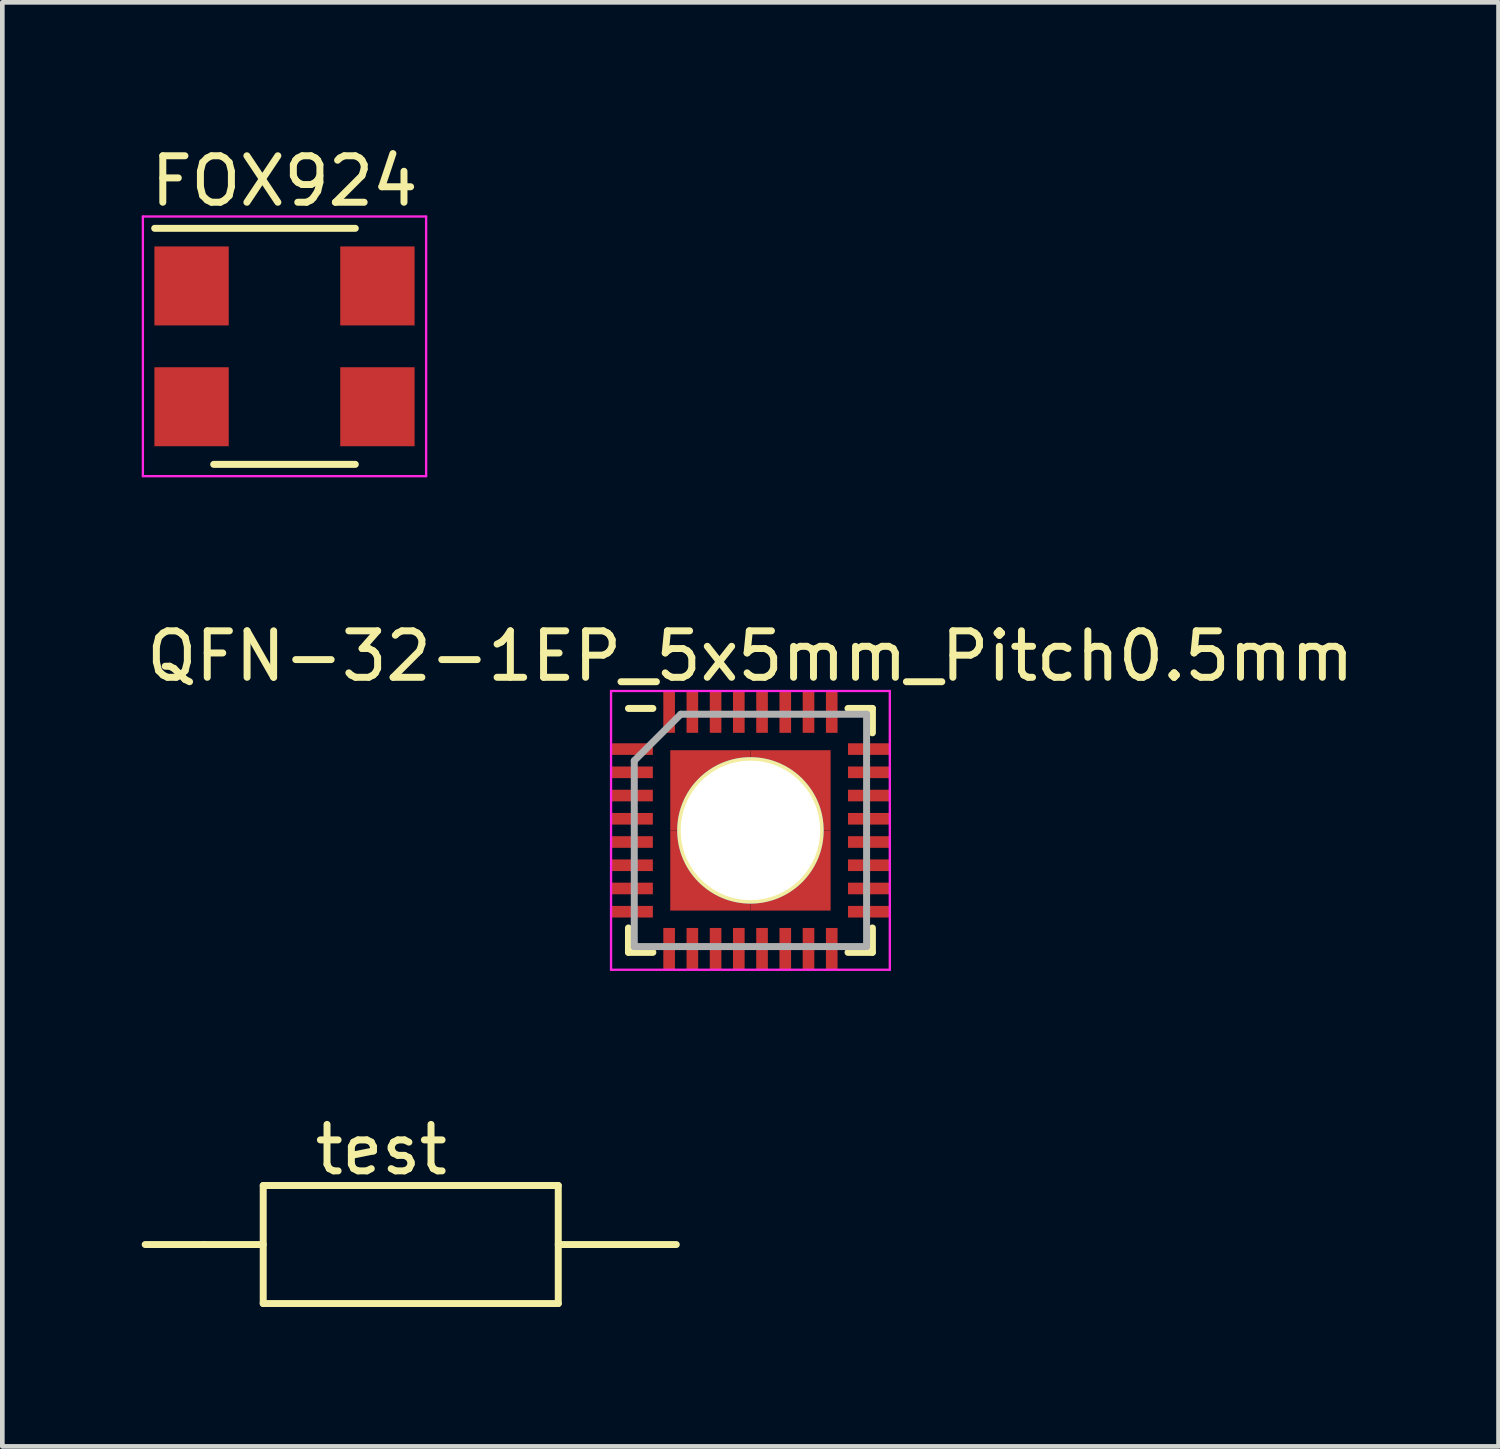
<source format=kicad_pcb>
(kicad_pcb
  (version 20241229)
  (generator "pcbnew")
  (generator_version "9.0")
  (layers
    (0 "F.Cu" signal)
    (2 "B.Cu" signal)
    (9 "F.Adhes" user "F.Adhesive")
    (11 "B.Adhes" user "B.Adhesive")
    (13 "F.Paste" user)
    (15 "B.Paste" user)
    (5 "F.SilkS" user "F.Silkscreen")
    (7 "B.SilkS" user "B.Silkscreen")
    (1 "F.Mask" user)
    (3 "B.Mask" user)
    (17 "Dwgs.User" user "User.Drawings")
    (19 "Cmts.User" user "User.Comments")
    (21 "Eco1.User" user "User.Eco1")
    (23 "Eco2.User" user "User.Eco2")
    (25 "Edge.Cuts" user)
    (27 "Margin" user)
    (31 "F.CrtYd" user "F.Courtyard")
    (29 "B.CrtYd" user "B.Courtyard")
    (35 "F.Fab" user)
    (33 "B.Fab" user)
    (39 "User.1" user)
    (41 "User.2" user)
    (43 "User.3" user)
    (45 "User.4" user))
  (footprint "QFN-32-1EP_5x5mm_Pitch0.5mm"
    (layer "F.Cu")
    (at 13.101 14.822)
    (property "Reference" "QFN-32-1EP_5x5mm_Pitch0.5mm" (at 0 -3.75 0) (layer "F.SilkS") (effects (font (size 1 1) (thickness 0.15))))
    (attr smd)
    (fp_line (start -2.625 -2.625) (end -2.1 -2.625) (stroke (width 0.15) (type solid)) (layer "F.SilkS"))
    (fp_line (start -2.625 2.625) (end -2.625 2.1) (stroke (width 0.15) (type solid)) (layer "F.SilkS"))
    (fp_line (start -2.625 2.625) (end -2.1 2.625) (stroke (width 0.15) (type solid)) (layer "F.SilkS"))
    (fp_line (start 2.625 -2.625) (end 2.1 -2.625) (stroke (width 0.15) (type solid)) (layer "F.SilkS"))
    (fp_line (start 2.625 -2.625) (end 2.625 -2.1) (stroke (width 0.15) (type solid)) (layer "F.SilkS"))
    (fp_line (start 2.625 2.625) (end 2.1 2.625) (stroke (width 0.15) (type solid)) (layer "F.SilkS"))
    (fp_line (start 2.625 2.625) (end 2.625 2.1) (stroke (width 0.15) (type solid)) (layer "F.SilkS"))
    (fp_line (start -3 -3) (end -3 3) (stroke (width 0.05) (type solid)) (layer "F.CrtYd"))
    (fp_line (start -3 -3) (end 3 -3) (stroke (width 0.05) (type solid)) (layer "F.CrtYd"))
    (fp_line (start -3 3) (end 3 3) (stroke (width 0.05) (type solid)) (layer "F.CrtYd"))
    (fp_line (start 3 -3) (end 3 3) (stroke (width 0.05) (type solid)) (layer "F.CrtYd"))
    (fp_line (start -2.5 -1.5) (end -1.5 -2.5) (stroke (width 0.15) (type solid)) (layer "F.Fab"))
    (fp_line (start -2.5 2.5) (end -2.5 -1.5) (stroke (width 0.15) (type solid)) (layer "F.Fab"))
    (fp_line (start -1.5 -2.5) (end 2.5 -2.5) (stroke (width 0.15) (type solid)) (layer "F.Fab"))
    (fp_line (start 2.5 -2.5) (end 2.5 2.5) (stroke (width 0.15) (type solid)) (layer "F.Fab"))
    (fp_line (start 2.5 2.5) (end -2.5 2.5) (stroke (width 0.15) (type solid)) (layer "F.Fab"))
    (pad "1" smd rect (at -2.55 -1.75) (size 0.9 0.25) (layers "F.Cu" "F.Mask" "F.Paste"))
    (pad "2" smd rect (at -2.55 -1.25) (size 0.9 0.25) (layers "F.Cu" "F.Mask" "F.Paste"))
    (pad "3" smd rect (at -2.55 -0.75) (size 0.9 0.25) (layers "F.Cu" "F.Mask" "F.Paste"))
    (pad "4" smd rect (at -2.55 -0.25) (size 0.9 0.25) (layers "F.Cu" "F.Mask" "F.Paste"))
    (pad "5" smd rect (at -2.55 0.25) (size 0.9 0.25) (layers "F.Cu" "F.Mask" "F.Paste"))
    (pad "6" smd rect (at -2.55 0.75) (size 0.9 0.25) (layers "F.Cu" "F.Mask" "F.Paste"))
    (pad "7" smd rect (at -2.55 1.25) (size 0.9 0.25) (layers "F.Cu" "F.Mask" "F.Paste"))
    (pad "8" smd rect (at -2.55 1.75) (size 0.9 0.25) (layers "F.Cu" "F.Mask" "F.Paste"))
    (pad "9" smd rect (at -1.75 2.55 90) (size 0.9 0.25) (layers "F.Cu" "F.Mask" "F.Paste"))
    (pad "10" smd rect (at -1.25 2.55 90) (size 0.9 0.25) (layers "F.Cu" "F.Mask" "F.Paste"))
    (pad "11" smd rect (at -0.75 2.55 90) (size 0.9 0.25) (layers "F.Cu" "F.Mask" "F.Paste"))
    (pad "12" smd rect (at -0.25 2.55 90) (size 0.9 0.25) (layers "F.Cu" "F.Mask" "F.Paste"))
    (pad "13" smd rect (at 0.25 2.55 90) (size 0.9 0.25) (layers "F.Cu" "F.Mask" "F.Paste"))
    (pad "14" smd rect (at 0.75 2.55 90) (size 0.9 0.25) (layers "F.Cu" "F.Mask" "F.Paste"))
    (pad "15" smd rect (at 1.25 2.55 90) (size 0.9 0.25) (layers "F.Cu" "F.Mask" "F.Paste"))
    (pad "16" smd rect (at 1.75 2.55 90) (size 0.9 0.25) (layers "F.Cu" "F.Mask" "F.Paste"))
    (pad "17" smd rect (at 2.55 1.75) (size 0.9 0.25) (layers "F.Cu" "F.Mask" "F.Paste"))
    (pad "18" smd rect (at 2.55 1.25) (size 0.9 0.25) (layers "F.Cu" "F.Mask" "F.Paste"))
    (pad "19" smd rect (at 2.55 0.75) (size 0.9 0.25) (layers "F.Cu" "F.Mask" "F.Paste"))
    (pad "20" smd rect (at 2.55 0.25) (size 0.9 0.25) (layers "F.Cu" "F.Mask" "F.Paste"))
    (pad "21" smd rect (at 2.55 -0.25) (size 0.9 0.25) (layers "F.Cu" "F.Mask" "F.Paste"))
    (pad "22" smd rect (at 2.55 -0.75) (size 0.9 0.25) (layers "F.Cu" "F.Mask" "F.Paste"))
    (pad "23" smd rect (at 2.55 -1.25) (size 0.9 0.25) (layers "F.Cu" "F.Mask" "F.Paste"))
    (pad "24" smd rect (at 2.55 -1.75) (size 0.9 0.25) (layers "F.Cu" "F.Mask" "F.Paste"))
    (pad "25" smd rect (at 1.75 -2.55 90) (size 0.9 0.25) (layers "F.Cu" "F.Mask" "F.Paste"))
    (pad "26" smd rect (at 1.25 -2.55 90) (size 0.9 0.25) (layers "F.Cu" "F.Mask" "F.Paste"))
    (pad "27" smd rect (at 0.75 -2.55 90) (size 0.9 0.25) (layers "F.Cu" "F.Mask" "F.Paste"))
    (pad "28" smd rect (at 0.25 -2.55 90) (size 0.9 0.25) (layers "F.Cu" "F.Mask" "F.Paste"))
    (pad "29" smd rect (at -0.25 -2.55 90) (size 0.9 0.25) (layers "F.Cu" "F.Mask" "F.Paste"))
    (pad "30" smd rect (at -0.75 -2.55 90) (size 0.9 0.25) (layers "F.Cu" "F.Mask" "F.Paste"))
    (pad "31" smd rect (at -1.25 -2.55 90) (size 0.9 0.25) (layers "F.Cu" "F.Mask" "F.Paste"))
    (pad "32" smd rect (at -1.75 -2.55 90) (size 0.9 0.25) (layers "F.Cu" "F.Mask" "F.Paste"))
    (pad "33" smd rect (at -0.863 -0.863) (size 1.725 1.725) (layers "F.Cu" "F.Mask" "F.Paste"))
    (pad "33" smd rect (at -0.863 0.863) (size 1.725 1.725) (layers "F.Cu" "F.Mask" "F.Paste"))
    (pad "33" thru_hole circle (at 0 0 90) (size 3.152 3.152) (drill 3) (layers "*.Cu" "*.Mask" "F.SilkS"))
    (pad "33" smd rect (at 0.863 -0.863) (size 1.725 1.725) (layers "F.Cu" "F.Mask" "F.Paste"))
    (pad "33" smd rect (at 0.863 0.863) (size 1.725 1.725) (layers "F.Cu" "F.Mask" "F.Paste")))
  (footprint "FOX924"
    (layer "F.Cu")
    (at 3.073 4.404)
    (property "Reference" "FOX924" (at 0 -3.556 0) (layer "F.SilkS") (effects (font (size 1 1) (thickness 0.15))))
    (attr through_hole)
    (fp_line (start -2.794 -2.54) (end 1.524 -2.54) (stroke (width 0.15) (type solid)) (layer "F.SilkS"))
    (fp_line (start -1.524 2.54) (end 1.524 2.54) (stroke (width 0.15) (type solid)) (layer "F.SilkS"))
    (fp_line (start -3.048 -2.794) (end 3.048 -2.794) (stroke (width 0.05) (type solid)) (layer "F.CrtYd"))
    (fp_line (start -3.048 2.794) (end -3.048 -2.794) (stroke (width 0.05) (type solid)) (layer "F.CrtYd"))
    (fp_line (start 3.048 -2.794) (end 3.048 2.794) (stroke (width 0.05) (type solid)) (layer "F.CrtYd"))
    (fp_line (start 3.048 2.794) (end -3.048 2.794) (stroke (width 0.05) (type solid)) (layer "F.CrtYd"))
    (pad "1" smd rect (at -2 -1.3) (size 1.6 1.7) (layers "F.Cu" "F.Mask" "F.Paste"))
    (pad "2" smd rect (at 2 -1.3) (size 1.6 1.7) (layers "F.Cu" "F.Mask" "F.Paste"))
    (pad "3" smd rect (at 2 1.3) (size 1.6 1.7) (layers "F.Cu" "F.Mask" "F.Paste"))
    (pad "4" smd rect (at -2 1.3) (size 1.6 1.7) (layers "F.Cu" "F.Mask" "F.Paste")))
  (footprint "test"
    (layer "F.Cu")
    (at 5.155 22.465)
    (property "Reference" "test" (at 0 -0.77 0) (layer "F.SilkS") (effects (font (size 1 1) (thickness 0.15))))
    (attr through_hole)
    (fp_line (start -3.81 1.27) (end -5.08 1.27) (stroke (width 0.15) (type solid)) (layer "F.SilkS"))
    (fp_line (start -2.54 0) (end 3.81 0) (stroke (width 0.15) (type solid)) (layer "F.SilkS"))
    (fp_line (start -2.54 1.27) (end -3.81 1.27) (stroke (width 0.15) (type solid)) (layer "F.SilkS"))
    (fp_line (start -2.54 2.54) (end -2.54 0) (stroke (width 0.15) (type solid)) (layer "F.SilkS"))
    (fp_line (start 3.81 0) (end 3.81 2.54) (stroke (width 0.15) (type solid)) (layer "F.SilkS"))
    (fp_line (start 3.81 1.27) (end 6.35 1.27) (stroke (width 0.15) (type solid)) (layer "F.SilkS"))
    (fp_line (start 3.81 2.54) (end -2.54 2.54) (stroke (width 0.15) (type solid)) (layer "F.SilkS")))
  (gr_rect
    (start -3 -3)
    (end 29.202 28.08)
    (stroke (width 0.1) (type default))
    (fill no)
    (layer "Edge.Cuts")))
</source>
